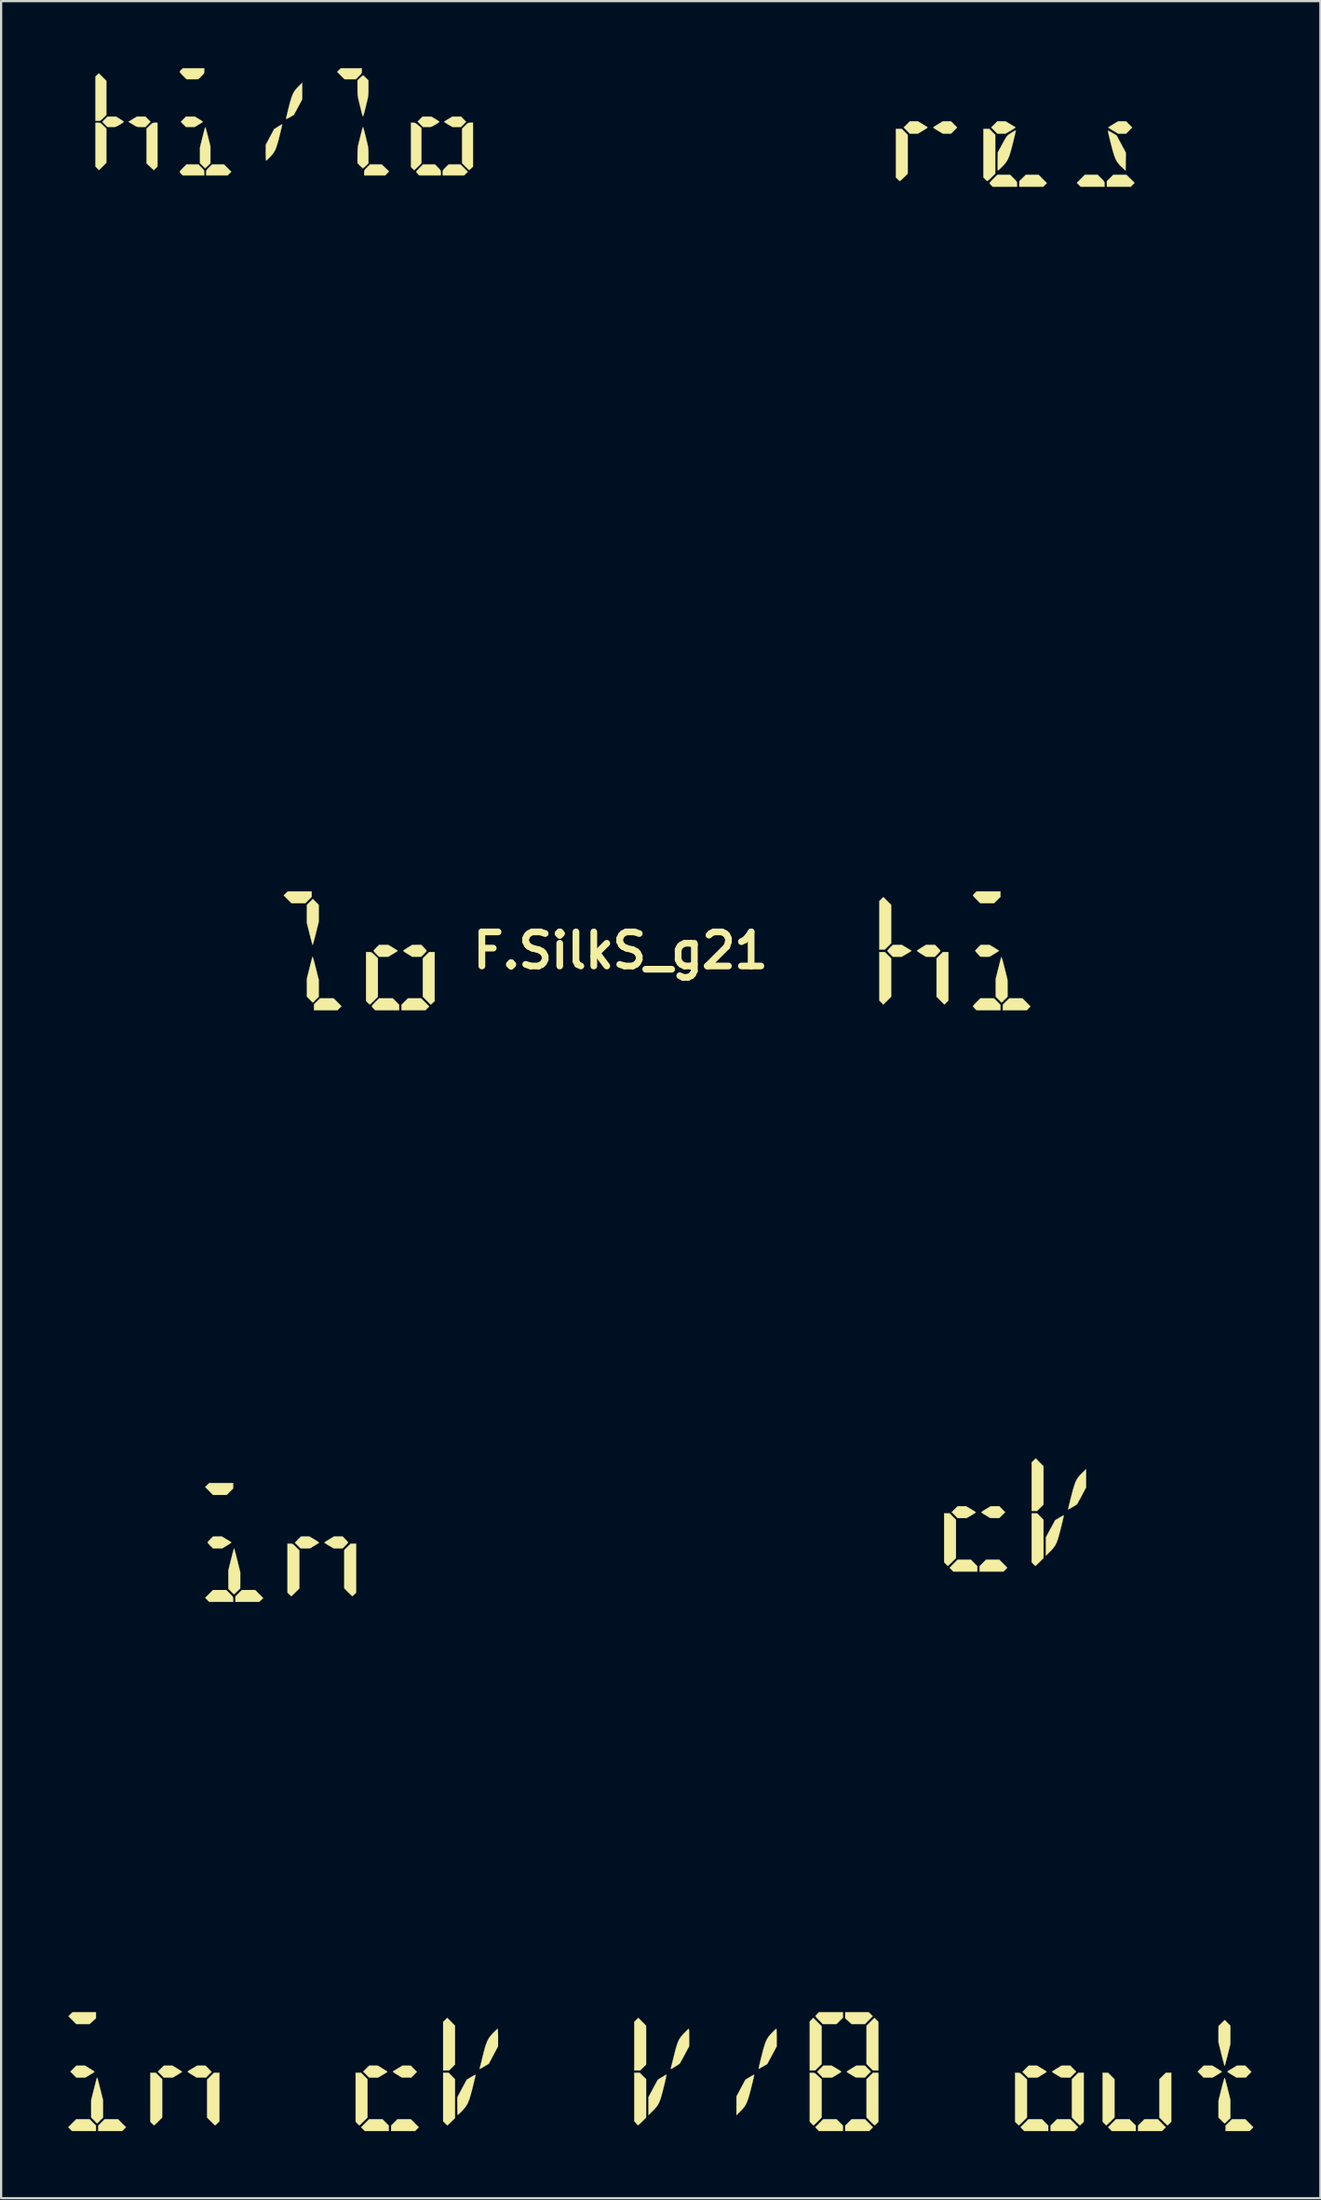
<source format=kicad_pcb>
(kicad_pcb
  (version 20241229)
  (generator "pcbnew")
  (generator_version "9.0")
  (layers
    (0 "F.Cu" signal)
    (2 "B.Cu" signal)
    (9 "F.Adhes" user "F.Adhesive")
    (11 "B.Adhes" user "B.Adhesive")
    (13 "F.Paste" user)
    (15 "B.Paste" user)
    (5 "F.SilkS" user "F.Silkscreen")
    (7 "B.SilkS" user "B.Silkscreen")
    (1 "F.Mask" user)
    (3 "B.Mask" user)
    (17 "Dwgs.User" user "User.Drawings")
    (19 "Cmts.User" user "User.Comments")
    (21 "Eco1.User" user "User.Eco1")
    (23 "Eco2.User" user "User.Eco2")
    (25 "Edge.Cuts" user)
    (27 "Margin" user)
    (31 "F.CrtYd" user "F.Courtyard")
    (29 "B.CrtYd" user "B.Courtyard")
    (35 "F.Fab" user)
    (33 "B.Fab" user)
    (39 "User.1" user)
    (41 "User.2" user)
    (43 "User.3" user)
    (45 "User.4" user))
  (footprint "F.SilkS_g21"
    (layer "F.Cu")
    (at 24.716 39.46)
    (property "Reference" "F.SilkS_g21" (at 0 0 0) (layer "F.SilkS") (effects (font (size 1.524 1.524) (thickness 0.3))))
    (attr through_hole)
    (fp_poly (pts (xy -23.474 52.547) (xy -23.474 52.79) (xy -24.545 52.79) (xy -24.711 52.62) (xy -24.532 52.44) (xy -24.353 52.261) (xy -23.758 52.261) (xy -23.474 52.547)) (stroke (width 0.01) (type solid)) (fill yes) (layer "F.SilkS"))
    (fp_poly (pts (xy -16.171 28.777) (xy -15.991 28.958) (xy -16.17 29.125) (xy -17.23 29.125) (xy -17.23 28.881) (xy -16.943 28.596) (xy -16.35 28.596) (xy -16.171 28.777)) (stroke (width 0.01) (type solid)) (fill yes) (layer "F.SilkS"))
    (fp_poly (pts (xy 14.668 2.235) (xy 14.487 2.413) (xy 14.313 2.238) (xy 14.139 2.063) (xy 14.139 0.348) (xy 14.426 0.064) (xy 14.668 0.064) (xy 14.668 2.235)) (stroke (width 0.01) (type solid)) (fill yes) (layer "F.SilkS"))
    (fp_poly (pts (xy 15.96 27.528) (xy 15.96 27.771) (xy 14.889 27.771) (xy 14.723 27.601) (xy 14.902 27.421) (xy 15.08 27.241) (xy 15.675 27.241) (xy 15.96 27.528)) (stroke (width 0.01) (type solid)) (fill yes) (layer "F.SilkS"))
    (fp_poly (pts (xy 19.135 52.547) (xy 19.135 52.79) (xy 18.064 52.79) (xy 17.898 52.62) (xy 18.077 52.44) (xy 18.255 52.261) (xy 18.85 52.261) (xy 19.135 52.547)) (stroke (width 0.01) (type solid)) (fill yes) (layer "F.SilkS"))
    (fp_poly (pts (xy 24.214 52.44) (xy 24.393 52.62) (xy 24.227 52.79) (xy 23.156 52.79) (xy 23.156 52.545) (xy 23.443 52.261) (xy 24.036 52.261) (xy 24.214 52.44)) (stroke (width 0.01) (type solid)) (fill yes) (layer "F.SilkS"))
    (fp_poly (pts (xy -23.474 47.749) (xy -23.759 48.006) (xy -24.353 48.006) (xy -24.528 47.831) (xy -24.702 47.655) (xy -24.611 47.566) (xy -24.52 47.477) (xy -23.474 47.477) (xy -23.474 47.749)) (stroke (width 0.01) (type solid)) (fill yes) (layer "F.SilkS"))
    (fp_poly (pts (xy -22.31 52.44) (xy -22.131 52.62) (xy -22.214 52.705) (xy -22.297 52.79) (xy -23.368 52.79) (xy -23.368 52.545) (xy -23.081 52.261) (xy -22.489 52.261) (xy -22.31 52.44)) (stroke (width 0.01) (type solid)) (fill yes) (layer "F.SilkS"))
    (fp_poly (pts (xy -17.335 24.057) (xy -17.479 24.199) (xy -17.622 24.342) (xy -18.236 24.342) (xy -18.41 24.166) (xy -18.585 23.991) (xy -18.403 23.812) (xy -17.335 23.812) (xy -17.335 24.057)) (stroke (width 0.01) (type solid)) (fill yes) (layer "F.SilkS"))
    (fp_poly (pts (xy -13.822 -2.401) (xy -14.109 -2.117) (xy -14.722 -2.117) (xy -14.897 -2.292) (xy -15.071 -2.467) (xy -14.98 -2.557) (xy -14.889 -2.646) (xy -13.822 -2.646) (xy -13.822 -2.401)) (stroke (width 0.01) (type solid)) (fill yes) (layer "F.SilkS"))
    (fp_poly (pts (xy -8.742 2.317) (xy -8.563 2.497) (xy -8.729 2.667) (xy -9.8 2.667) (xy -9.8 2.422) (xy -9.657 2.28) (xy -9.513 2.138) (xy -8.921 2.138) (xy -8.742 2.317)) (stroke (width 0.01) (type solid)) (fill yes) (layer "F.SilkS"))
    (fp_poly (pts (xy -7.582 47.906) (xy -7.408 48.081) (xy -7.408 49.817) (xy -7.674 50.08) (xy -7.938 50.08) (xy -7.938 47.909) (xy -7.847 47.82) (xy -7.756 47.731) (xy -7.582 47.906)) (stroke (width 0.01) (type solid)) (fill yes) (layer "F.SilkS"))
    (fp_poly (pts (xy 1.143 48.081) (xy 1.143 49.817) (xy 1.01 49.949) (xy 0.877 50.08) (xy 0.614 50.08) (xy 0.614 47.909) (xy 0.704 47.82) (xy 0.795 47.731) (xy 1.143 48.081)) (stroke (width 0.01) (type solid)) (fill yes) (layer "F.SilkS"))
    (fp_poly (pts (xy 11.191 47.566) (xy 11.282 47.655) (xy 11.108 47.831) (xy 10.934 48.006) (xy 10.339 48.006) (xy 10.054 47.749) (xy 10.054 47.477) (xy 11.1 47.477) (xy 11.191 47.566)) (stroke (width 0.01) (type solid)) (fill yes) (layer "F.SilkS"))
    (fp_poly (pts (xy 11.445 47.82) (xy 11.536 47.909) (xy 11.536 50.08) (xy 11.291 50.08) (xy 11.149 49.937) (xy 11.007 49.794) (xy 11.007 48.081) (xy 11.355 47.731) (xy 11.445 47.82)) (stroke (width 0.01) (type solid)) (fill yes) (layer "F.SilkS"))
    (fp_poly (pts (xy 17.124 27.421) (xy 17.302 27.601) (xy 17.219 27.686) (xy 17.136 27.771) (xy 16.066 27.771) (xy 16.066 27.526) (xy 16.352 27.241) (xy 16.945 27.241) (xy 17.124 27.421)) (stroke (width 0.01) (type solid)) (fill yes) (layer "F.SilkS"))
    (fp_poly (pts (xy 18.923 23.062) (xy 18.923 24.777) (xy 18.78 24.919) (xy 18.636 25.061) (xy 18.394 25.061) (xy 18.394 22.89) (xy 18.484 22.801) (xy 18.575 22.712) (xy 18.923 23.062)) (stroke (width 0.01) (type solid)) (fill yes) (layer "F.SilkS"))
    (fp_poly (pts (xy 20.299 52.44) (xy 20.477 52.62) (xy 20.394 52.705) (xy 20.311 52.79) (xy 19.241 52.79) (xy 19.241 52.545) (xy 19.527 52.261) (xy 20.12 52.261) (xy 20.299 52.44)) (stroke (width 0.01) (type solid)) (fill yes) (layer "F.SilkS"))
    (fp_poly (pts (xy -12.664 2.312) (xy -12.489 2.486) (xy -12.578 2.576) (xy -12.666 2.667) (xy -13.716 2.667) (xy -13.716 2.401) (xy -13.583 2.27) (xy -13.45 2.138) (xy -12.838 2.138) (xy -12.664 2.312)) (stroke (width 0.01) (type solid)) (fill yes) (layer "F.SilkS"))
    (fp_poly (pts (xy -10.514 52.404) (xy -10.372 52.547) (xy -10.372 52.79) (xy -11.443 52.79) (xy -11.526 52.705) (xy -11.608 52.62) (xy -11.43 52.44) (xy -11.251 52.261) (xy -10.656 52.261) (xy -10.514 52.404)) (stroke (width 0.01) (type solid)) (fill yes) (layer "F.SilkS"))
    (fp_poly (pts (xy -9.208 52.44) (xy -9.029 52.62) (xy -9.112 52.705) (xy -9.195 52.79) (xy -10.266 52.79) (xy -10.266 52.545) (xy -10.122 52.403) (xy -9.979 52.261) (xy -9.386 52.261) (xy -9.208 52.44)) (stroke (width 0.01) (type solid)) (fill yes) (layer "F.SilkS"))
    (fp_poly (pts (xy 8.81 47.915) (xy 8.996 48.1) (xy 8.996 49.796) (xy 8.852 49.938) (xy 8.709 50.08) (xy 8.467 50.08) (xy 8.467 47.891) (xy 8.545 47.811) (xy 8.624 47.73) (xy 8.81 47.915)) (stroke (width 0.01) (type solid)) (fill yes) (layer "F.SilkS"))
    (fp_poly (pts (xy 9.806 52.404) (xy 9.948 52.547) (xy 9.948 52.79) (xy 8.877 52.79) (xy 8.794 52.705) (xy 8.712 52.62) (xy 8.89 52.44) (xy 9.069 52.261) (xy 9.664 52.261) (xy 9.806 52.404)) (stroke (width 0.01) (type solid)) (fill yes) (layer "F.SilkS"))
    (fp_poly (pts (xy 11.112 52.44) (xy 11.291 52.62) (xy 11.208 52.705) (xy 11.125 52.79) (xy 10.054 52.79) (xy 10.054 52.545) (xy 10.198 52.403) (xy 10.341 52.261) (xy 10.934 52.261) (xy 11.112 52.44)) (stroke (width 0.01) (type solid)) (fill yes) (layer "F.SilkS"))
    (fp_poly (pts (xy 11.933 -2.217) (xy 12.107 -2.042) (xy 12.107 -0.327) (xy 11.964 -0.185) (xy 11.821 -0.042) (xy 11.578 -0.042) (xy 11.578 -2.214) (xy 11.669 -2.303) (xy 11.759 -2.392) (xy 11.933 -2.217)) (stroke (width 0.01) (type solid)) (fill yes) (layer "F.SilkS"))
    (fp_poly (pts (xy 11.965 0.207) (xy 12.107 0.35) (xy 12.107 2.065) (xy 11.932 2.239) (xy 11.757 2.413) (xy 11.667 2.322) (xy 11.578 2.231) (xy 11.578 0.064) (xy 11.823 0.064) (xy 11.965 0.207)) (stroke (width 0.01) (type solid)) (fill yes) (layer "F.SilkS"))
    (fp_poly (pts (xy 18.161 2.317) (xy 18.339 2.497) (xy 18.257 2.582) (xy 18.174 2.667) (xy 17.103 2.667) (xy 17.103 2.422) (xy 17.246 2.28) (xy 17.389 2.138) (xy 17.982 2.138) (xy 18.161 2.317)) (stroke (width 0.01) (type solid)) (fill yes) (layer "F.SilkS"))
    (fp_poly (pts (xy 18.887 -34.506) (xy 19.072 -34.32) (xy 18.991 -34.242) (xy 18.911 -34.163) (xy 17.843 -34.163) (xy 17.843 -34.408) (xy 17.987 -34.55) (xy 18.13 -34.692) (xy 18.702 -34.692) (xy 18.887 -34.506)) (stroke (width 0.01) (type solid)) (fill yes) (layer "F.SilkS"))
    (fp_poly (pts (xy 22.815 -34.513) (xy 22.997 -34.334) (xy 22.914 -34.249) (xy 22.83 -34.163) (xy 21.759 -34.163) (xy 21.759 -34.408) (xy 21.903 -34.55) (xy 22.046 -34.692) (xy 22.633 -34.692) (xy 22.815 -34.513)) (stroke (width 0.01) (type solid)) (fill yes) (layer "F.SilkS"))
    (fp_poly (pts (xy 22.908 52.404) (xy 23.05 52.547) (xy 23.05 52.79) (xy 21.98 52.79) (xy 21.897 52.705) (xy 21.814 52.62) (xy 21.992 52.44) (xy 22.171 52.261) (xy 22.766 52.261) (xy 22.908 52.404)) (stroke (width 0.01) (type solid)) (fill yes) (layer "F.SilkS"))
    (fp_poly (pts (xy 28.13 52.44) (xy 28.309 52.62) (xy 28.226 52.705) (xy 28.143 52.79) (xy 27.072 52.79) (xy 27.072 52.545) (xy 27.216 52.403) (xy 27.359 52.261) (xy 27.952 52.261) (xy 28.13 52.44)) (stroke (width 0.01) (type solid)) (fill yes) (layer "F.SilkS"))
    (fp_poly (pts (xy -23.008 -38.895) (xy -23.008 -37.369) (xy -23.141 -37.237) (xy -23.206 -37.174) (xy -23.252 -37.135) (xy -23.291 -37.114) (xy -23.332 -37.106) (xy -23.384 -37.105) (xy -23.495 -37.105) (xy -23.495 -39.087) (xy -23.421 -39.159) (xy -23.346 -39.231) (xy -23.008 -38.895)) (stroke (width 0.01) (type solid)) (fill yes) (layer "F.SilkS"))
    (fp_poly (pts (xy -11.578 -39.343) (xy -11.58 -39.288) (xy -11.588 -39.247) (xy -11.608 -39.209) (xy -11.648 -39.163) (xy -11.711 -39.1) (xy -11.844 -38.968) (xy -12.352 -38.968) (xy -12.679 -39.297) (xy -12.599 -39.376) (xy -12.518 -39.455) (xy -11.578 -39.455) (xy -11.578 -39.343)) (stroke (width 0.01) (type solid)) (fill yes) (layer "F.SilkS"))
    (fp_poly (pts (xy -7 -34.993) (xy -6.836 -34.828) (xy -6.997 -34.671) (xy -7.959 -34.671) (xy -7.959 -34.783) (xy -7.957 -34.838) (xy -7.949 -34.879) (xy -7.928 -34.916) (xy -7.889 -34.962) (xy -7.826 -35.026) (xy -7.693 -35.158) (xy -7.164 -35.158) (xy -7 -34.993)) (stroke (width 0.01) (type solid)) (fill yes) (layer "F.SilkS"))
    (fp_poly (pts (xy -23.328 -37.019) (xy -23.287 -37.011) (xy -23.25 -36.99) (xy -23.204 -36.951) (xy -23.14 -36.888) (xy -23.008 -36.755) (xy -23.008 -35.231) (xy -23.173 -35.067) (xy -23.338 -34.903) (xy -23.416 -34.984) (xy -23.495 -35.064) (xy -23.495 -37.02) (xy -23.383 -37.02) (xy -23.328 -37.019)) (stroke (width 0.01) (type solid)) (fill yes) (layer "F.SilkS"))
    (fp_poly (pts (xy -20.722 -35.061) (xy -20.804 -34.981) (xy -20.885 -34.902) (xy -21.047 -35.053) (xy -21.209 -35.204) (xy -21.209 -36.757) (xy -21.076 -36.889) (xy -21.011 -36.952) (xy -20.965 -36.991) (xy -20.927 -37.011) (xy -20.885 -37.019) (xy -20.833 -37.02) (xy -20.722 -37.02) (xy -20.722 -35.061)) (stroke (width 0.01) (type solid)) (fill yes) (layer "F.SilkS"))
    (fp_poly (pts (xy -17.583 -34.993) (xy -17.42 -34.828) (xy -17.5 -34.75) (xy -17.581 -34.671) (xy -18.542 -34.671) (xy -18.542 -34.783) (xy -18.541 -34.838) (xy -18.533 -34.879) (xy -18.512 -34.916) (xy -18.473 -34.962) (xy -18.409 -35.026) (xy -18.276 -35.158) (xy -17.747 -35.158) (xy -17.583 -34.993)) (stroke (width 0.01) (type solid)) (fill yes) (layer "F.SilkS"))
    (fp_poly (pts (xy -10.525 -35.001) (xy -10.361 -34.843) (xy -10.445 -34.757) (xy -10.528 -34.671) (xy -11.472 -34.671) (xy -11.472 -34.783) (xy -11.471 -34.838) (xy -11.463 -34.879) (xy -11.442 -34.916) (xy -11.403 -34.962) (xy -11.339 -35.026) (xy -11.207 -35.158) (xy -10.688 -35.158) (xy -10.525 -35.001)) (stroke (width 0.01) (type solid)) (fill yes) (layer "F.SilkS"))
    (fp_poly (pts (xy -8.319 2.256) (xy -8.399 2.335) (xy -8.445 2.379) (xy -8.479 2.407) (xy -8.489 2.413) (xy -8.507 2.399) (xy -8.549 2.361) (xy -8.607 2.304) (xy -8.674 2.238) (xy -8.848 2.063) (xy -8.848 0.348) (xy -8.561 0.064) (xy -8.319 0.064) (xy -8.319 2.256)) (stroke (width 0.01) (type solid)) (fill yes) (layer "F.SilkS"))
    (fp_poly (pts (xy -7.408 50.473) (xy -7.408 52.209) (xy -7.573 52.372) (xy -7.64 52.438) (xy -7.696 52.491) (xy -7.735 52.526) (xy -7.748 52.536) (xy -7.768 52.522) (xy -7.807 52.486) (xy -7.848 52.445) (xy -7.938 52.354) (xy -7.938 50.186) (xy -7.693 50.186) (xy -7.408 50.473)) (stroke (width 0.01) (type solid)) (fill yes) (layer "F.SilkS"))
    (fp_poly (pts (xy 12.848 -36.48) (xy 12.848 -34.744) (xy 12.684 -34.581) (xy 12.615 -34.514) (xy 12.556 -34.461) (xy 12.514 -34.427) (xy 12.497 -34.417) (xy 12.471 -34.431) (xy 12.428 -34.467) (xy 12.397 -34.497) (xy 12.319 -34.578) (xy 12.319 -36.745) (xy 12.585 -36.745) (xy 12.848 -36.48)) (stroke (width 0.01) (type solid)) (fill yes) (layer "F.SilkS"))
    (fp_poly (pts (xy 15.007 25.454) (xy 15.007 27.168) (xy 14.832 27.343) (xy 14.763 27.411) (xy 14.704 27.467) (xy 14.663 27.504) (xy 14.646 27.517) (xy 14.626 27.503) (xy 14.587 27.467) (xy 14.556 27.436) (xy 14.478 27.356) (xy 14.478 25.167) (xy 14.723 25.167) (xy 15.007 25.454)) (stroke (width 0.01) (type solid)) (fill yes) (layer "F.SilkS"))
    (fp_poly (pts (xy 20.722 52.379) (xy 20.642 52.457) (xy 20.595 52.501) (xy 20.562 52.53) (xy 20.551 52.536) (xy 20.533 52.522) (xy 20.492 52.483) (xy 20.433 52.426) (xy 20.367 52.361) (xy 20.193 52.186) (xy 20.193 50.471) (xy 20.48 50.186) (xy 20.722 50.186) (xy 20.722 52.379)) (stroke (width 0.01) (type solid)) (fill yes) (layer "F.SilkS"))
    (fp_poly (pts (xy 24.638 52.379) (xy 24.558 52.457) (xy 24.511 52.501) (xy 24.477 52.53) (xy 24.467 52.536) (xy 24.449 52.522) (xy 24.408 52.483) (xy 24.349 52.426) (xy 24.283 52.361) (xy 24.109 52.186) (xy 24.109 50.471) (xy 24.396 50.186) (xy 24.638 50.186) (xy 24.638 52.379)) (stroke (width 0.01) (type solid)) (fill yes) (layer "F.SilkS"))
    (fp_poly (pts (xy -20.653 50.33) (xy -20.511 50.473) (xy -20.511 52.187) (xy -20.686 52.362) (xy -20.755 52.43) (xy -20.814 52.486) (xy -20.855 52.523) (xy -20.872 52.536) (xy -20.892 52.522) (xy -20.93 52.486) (xy -20.961 52.455) (xy -21.04 52.375) (xy -21.04 50.186) (xy -20.795 50.186) (xy -20.653 50.33)) (stroke (width 0.01) (type solid)) (fill yes) (layer "F.SilkS"))
    (fp_poly (pts (xy -17.949 52.354) (xy -18.038 52.445) (xy -18.088 52.493) (xy -18.125 52.526) (xy -18.139 52.536) (xy -18.158 52.522) (xy -18.2 52.483) (xy -18.259 52.426) (xy -18.326 52.361) (xy -18.5 52.186) (xy -18.5 50.492) (xy -18.346 50.339) (xy -18.192 50.186) (xy -17.949 50.186) (xy -17.949 52.354)) (stroke (width 0.01) (type solid)) (fill yes) (layer "F.SilkS"))
    (fp_poly (pts (xy -17.489 28.749) (xy -17.42 28.819) (xy -17.376 28.868) (xy -17.35 28.906) (xy -17.339 28.943) (xy -17.336 28.987) (xy -17.335 29.014) (xy -17.335 29.125) (xy -18.406 29.125) (xy -18.495 29.035) (xy -18.584 28.944) (xy -18.409 28.77) (xy -18.234 28.596) (xy -17.643 28.596) (xy -17.489 28.749)) (stroke (width 0.01) (type solid)) (fill yes) (layer "F.SilkS"))
    (fp_poly (pts (xy -11.832 28.715) (xy -11.912 28.793) (xy -11.959 28.837) (xy -11.993 28.865) (xy -12.003 28.871) (xy -12.021 28.857) (xy -12.062 28.819) (xy -12.121 28.762) (xy -12.187 28.696) (xy -12.361 28.521) (xy -12.361 26.806) (xy -12.218 26.664) (xy -12.075 26.522) (xy -11.832 26.522) (xy -11.832 28.715)) (stroke (width 0.01) (type solid)) (fill yes) (layer "F.SilkS"))
    (fp_poly (pts (xy -11.466 50.33) (xy -11.324 50.473) (xy -11.324 52.187) (xy -11.499 52.362) (xy -11.569 52.43) (xy -11.627 52.486) (xy -11.668 52.523) (xy -11.685 52.536) (xy -11.705 52.522) (xy -11.744 52.486) (xy -11.775 52.455) (xy -11.853 52.375) (xy -11.853 50.186) (xy -11.609 50.186) (xy -11.466 50.33)) (stroke (width 0.01) (type solid)) (fill yes) (layer "F.SilkS"))
    (fp_poly (pts (xy -10.048 2.281) (xy -9.906 2.425) (xy -9.906 2.667) (xy -10.977 2.667) (xy -11.055 2.587) (xy -11.099 2.538) (xy -11.128 2.499) (xy -11.134 2.486) (xy -11.119 2.463) (xy -11.081 2.418) (xy -11.025 2.358) (xy -10.969 2.301) (xy -10.805 2.138) (xy -10.191 2.138) (xy -10.048 2.281)) (stroke (width 0.01) (type solid)) (fill yes) (layer "F.SilkS"))
    (fp_poly (pts (xy 1.001 50.33) (xy 1.143 50.473) (xy 1.143 52.187) (xy 0.968 52.362) (xy 0.898 52.43) (xy 0.84 52.485) (xy 0.8 52.522) (xy 0.783 52.534) (xy 0.764 52.518) (xy 0.727 52.479) (xy 0.693 52.441) (xy 0.614 52.351) (xy 0.614 50.186) (xy 0.858 50.186) (xy 1.001 50.33)) (stroke (width 0.01) (type solid)) (fill yes) (layer "F.SilkS"))
    (fp_poly (pts (xy 9.948 47.721) (xy 9.805 47.864) (xy 9.662 48.006) (xy 9.048 48.006) (xy 8.884 47.841) (xy 8.818 47.773) (xy 8.765 47.714) (xy 8.73 47.672) (xy 8.721 47.655) (xy 8.735 47.629) (xy 8.771 47.586) (xy 8.801 47.555) (xy 8.881 47.477) (xy 9.948 47.477) (xy 9.948 47.721)) (stroke (width 0.01) (type solid)) (fill yes) (layer "F.SilkS"))
    (fp_poly (pts (xy 11.197 50.134) (xy 10.931 50.398) (xy 10.53 50.397) (xy 10.324 50.276) (xy 10.242 50.226) (xy 10.176 50.184) (xy 10.132 50.153) (xy 10.118 50.14) (xy 10.135 50.124) (xy 10.181 50.091) (xy 10.25 50.047) (xy 10.33 49.997) (xy 10.543 49.869) (xy 10.934 49.869) (xy 11.197 50.134)) (stroke (width 0.01) (type solid)) (fill yes) (layer "F.SilkS"))
    (fp_poly (pts (xy 11.536 52.379) (xy 11.456 52.457) (xy 11.409 52.501) (xy 11.375 52.53) (xy 11.365 52.536) (xy 11.347 52.522) (xy 11.306 52.483) (xy 11.247 52.426) (xy 11.181 52.361) (xy 11.007 52.186) (xy 11.007 50.471) (xy 11.15 50.328) (xy 11.293 50.186) (xy 11.536 50.186) (xy 11.536 52.379)) (stroke (width 0.01) (type solid)) (fill yes) (layer "F.SilkS"))
    (fp_poly (pts (xy 16.632 -36.612) (xy 16.764 -36.48) (xy 16.764 -34.744) (xy 16.599 -34.581) (xy 16.531 -34.514) (xy 16.472 -34.461) (xy 16.43 -34.427) (xy 16.413 -34.417) (xy 16.387 -34.431) (xy 16.344 -34.467) (xy 16.313 -34.497) (xy 16.235 -34.578) (xy 16.235 -36.745) (xy 16.501 -36.745) (xy 16.632 -36.612)) (stroke (width 0.01) (type solid)) (fill yes) (layer "F.SilkS"))
    (fp_poly (pts (xy 16.855 2.281) (xy 16.997 2.425) (xy 16.997 2.667) (xy 15.926 2.667) (xy 15.848 2.587) (xy 15.803 2.538) (xy 15.775 2.499) (xy 15.769 2.486) (xy 15.783 2.463) (xy 15.822 2.418) (xy 15.878 2.358) (xy 15.934 2.301) (xy 16.098 2.138) (xy 16.712 2.138) (xy 16.855 2.281)) (stroke (width 0.01) (type solid)) (fill yes) (layer "F.SilkS"))
    (fp_poly (pts (xy 16.997 -2.401) (xy 16.853 -2.259) (xy 16.71 -2.117) (xy 16.096 -2.117) (xy 15.933 -2.281) (xy 15.866 -2.35) (xy 15.813 -2.408) (xy 15.779 -2.45) (xy 15.769 -2.467) (xy 15.783 -2.493) (xy 15.819 -2.536) (xy 15.849 -2.567) (xy 15.93 -2.646) (xy 16.997 -2.646) (xy 16.997 -2.401)) (stroke (width 0.01) (type solid)) (fill yes) (layer "F.SilkS"))
    (fp_poly (pts (xy 18.781 25.311) (xy 18.923 25.454) (xy 18.923 27.168) (xy 18.748 27.343) (xy 18.678 27.411) (xy 18.62 27.467) (xy 18.579 27.504) (xy 18.562 27.517) (xy 18.542 27.503) (xy 18.503 27.467) (xy 18.472 27.436) (xy 18.394 27.356) (xy 18.394 25.167) (xy 18.638 25.167) (xy 18.781 25.311)) (stroke (width 0.01) (type solid)) (fill yes) (layer "F.SilkS"))
    (fp_poly (pts (xy 21.5 -34.539) (xy 21.569 -34.47) (xy 21.613 -34.42) (xy 21.639 -34.382) (xy 21.65 -34.346) (xy 21.653 -34.301) (xy 21.654 -34.275) (xy 21.654 -34.163) (xy 20.583 -34.163) (xy 20.5 -34.248) (xy 20.417 -34.333) (xy 20.595 -34.513) (xy 20.774 -34.692) (xy 21.346 -34.692) (xy 21.5 -34.539)) (stroke (width 0.01) (type solid)) (fill yes) (layer "F.SilkS"))
    (fp_poly (pts (xy 21.956 50.33) (xy 22.098 50.473) (xy 22.098 52.187) (xy 21.923 52.362) (xy 21.853 52.43) (xy 21.795 52.486) (xy 21.754 52.523) (xy 21.737 52.536) (xy 21.717 52.522) (xy 21.678 52.486) (xy 21.647 52.455) (xy 21.569 52.375) (xy 21.569 50.186) (xy 21.813 50.186) (xy 21.956 50.33)) (stroke (width 0.01) (type solid)) (fill yes) (layer "F.SilkS"))
    (fp_poly (pts (xy 17.209 25.115) (xy 16.943 25.379) (xy 16.742 25.378) (xy 16.542 25.377) (xy 16.354 25.263) (xy 16.274 25.214) (xy 16.207 25.171) (xy 16.161 25.141) (xy 16.147 25.13) (xy 16.155 25.11) (xy 16.198 25.074) (xy 16.274 25.023) (xy 16.346 24.98) (xy 16.566 24.85) (xy 16.945 24.85) (xy 17.209 25.115)) (stroke (width 0.01) (type solid)) (fill yes) (layer "F.SilkS"))
    (fp_poly (pts (xy 20.384 50.134) (xy 20.118 50.398) (xy 19.917 50.398) (xy 19.717 50.397) (xy 19.511 50.276) (xy 19.429 50.226) (xy 19.362 50.184) (xy 19.318 50.154) (xy 19.304 50.141) (xy 19.321 50.126) (xy 19.367 50.093) (xy 19.435 50.049) (xy 19.516 49.998) (xy 19.728 49.869) (xy 20.12 49.869) (xy 20.384 50.134)) (stroke (width 0.01) (type solid)) (fill yes) (layer "F.SilkS"))
    (fp_poly (pts (xy -23.75 49.997) (xy -23.667 50.049) (xy -23.599 50.093) (xy -23.554 50.125) (xy -23.538 50.14) (xy -23.555 50.156) (xy -23.602 50.188) (xy -23.671 50.231) (xy -23.746 50.276) (xy -23.953 50.398) (xy -24.353 50.398) (xy -24.485 50.265) (xy -24.617 50.132) (xy -24.484 50) (xy -24.351 49.869) (xy -23.963 49.869) (xy -23.75 49.997)) (stroke (width 0.01) (type solid)) (fill yes) (layer "F.SilkS"))
    (fp_poly (pts (xy -19.834 49.997) (xy -19.751 50.049) (xy -19.683 50.093) (xy -19.638 50.125) (xy -19.622 50.14) (xy -19.639 50.156) (xy -19.686 50.188) (xy -19.755 50.231) (xy -19.83 50.276) (xy -20.037 50.398) (xy -20.438 50.398) (xy -20.569 50.265) (xy -20.701 50.132) (xy -20.568 50) (xy -20.435 49.869) (xy -20.047 49.869) (xy -19.834 49.997)) (stroke (width 0.01) (type solid)) (fill yes) (layer "F.SilkS"))
    (fp_poly (pts (xy -18.872 -37.187) (xy -18.795 -37.14) (xy -18.735 -37.1) (xy -18.698 -37.073) (xy -18.69 -37.065) (xy -18.707 -37.049) (xy -18.753 -37.017) (xy -18.821 -36.974) (xy -18.877 -36.94) (xy -19.063 -36.83) (xy -19.443 -36.83) (xy -19.558 -36.946) (xy -19.673 -37.063) (xy -19.558 -37.179) (xy -19.443 -37.296) (xy -19.053 -37.296) (xy -18.872 -37.187)) (stroke (width 0.01) (type solid)) (fill yes) (layer "F.SilkS"))
    (fp_poly (pts (xy -13.702 26.334) (xy -13.618 26.385) (xy -13.551 26.429) (xy -13.507 26.462) (xy -13.493 26.479) (xy -13.493 26.479) (xy -13.515 26.496) (xy -13.564 26.529) (xy -13.635 26.573) (xy -13.703 26.614) (xy -13.903 26.733) (xy -14.321 26.733) (xy -14.572 26.479) (xy -14.436 26.342) (xy -14.299 26.204) (xy -13.92 26.204) (xy -13.702 26.334)) (stroke (width 0.01) (type solid)) (fill yes) (layer "F.SilkS"))
    (fp_poly (pts (xy -10.648 49.997) (xy -10.565 50.049) (xy -10.497 50.093) (xy -10.451 50.125) (xy -10.436 50.14) (xy -10.453 50.156) (xy -10.5 50.188) (xy -10.568 50.231) (xy -10.644 50.276) (xy -10.851 50.398) (xy -11.251 50.398) (xy -11.383 50.265) (xy -11.515 50.132) (xy -11.382 50) (xy -11.249 49.869) (xy -10.86 49.869) (xy -10.648 49.997)) (stroke (width 0.01) (type solid)) (fill yes) (layer "F.SilkS"))
    (fp_poly (pts (xy 14.922 -36.946) (xy 15.059 -36.809) (xy 14.922 -36.671) (xy 14.786 -36.534) (xy 14.423 -36.534) (xy 14.207 -36.661) (xy 14.123 -36.712) (xy 14.054 -36.757) (xy 14.008 -36.79) (xy 13.991 -36.807) (xy 14.008 -36.824) (xy 14.055 -36.858) (xy 14.124 -36.903) (xy 14.207 -36.954) (xy 14.423 -37.084) (xy 14.786 -37.084) (xy 14.922 -36.946)) (stroke (width 0.01) (type solid)) (fill yes) (layer "F.SilkS"))
    (fp_poly (pts (xy 26.69 49.997) (xy 26.773 50.049) (xy 26.841 50.093) (xy 26.887 50.125) (xy 26.902 50.14) (xy 26.885 50.156) (xy 26.838 50.188) (xy 26.77 50.231) (xy 26.694 50.276) (xy 26.487 50.398) (xy 26.087 50.398) (xy 25.955 50.265) (xy 25.823 50.132) (xy 25.956 50) (xy 26.089 49.869) (xy 26.478 49.869) (xy 26.69 49.997)) (stroke (width 0.01) (type solid)) (fill yes) (layer "F.SilkS"))
    (fp_poly (pts (xy -7.027 -37.179) (xy -6.912 -37.063) (xy -7.027 -36.946) (xy -7.142 -36.83) (xy -7.334 -36.831) (xy -7.525 -36.832) (xy -7.709 -36.942) (xy -7.787 -36.989) (xy -7.848 -37.028) (xy -7.886 -37.055) (xy -7.894 -37.063) (xy -7.877 -37.077) (xy -7.832 -37.108) (xy -7.765 -37.151) (xy -7.709 -37.185) (xy -7.523 -37.296) (xy -7.142 -37.296) (xy -7.027 -37.179)) (stroke (width 0.01) (type solid)) (fill yes) (layer "F.SilkS"))
    (fp_poly (pts (xy 9.666 49.998) (xy 9.75 50.049) (xy 9.817 50.093) (xy 9.861 50.126) (xy 9.875 50.143) (xy 9.875 50.143) (xy 9.853 50.16) (xy 9.804 50.193) (xy 9.733 50.237) (xy 9.665 50.278) (xy 9.465 50.398) (xy 9.047 50.398) (xy 8.922 50.271) (xy 8.796 50.144) (xy 8.932 50.006) (xy 9.069 49.869) (xy 9.448 49.869) (xy 9.666 49.998)) (stroke (width 0.01) (type solid)) (fill yes) (layer "F.SilkS"))
    (fp_poly (pts (xy 15.678 24.979) (xy 15.762 25.03) (xy 15.832 25.074) (xy 15.878 25.106) (xy 15.896 25.122) (xy 15.896 25.122) (xy 15.878 25.137) (xy 15.832 25.169) (xy 15.763 25.212) (xy 15.688 25.257) (xy 15.48 25.379) (xy 15.08 25.379) (xy 14.948 25.246) (xy 14.817 25.113) (xy 14.95 24.981) (xy 15.082 24.85) (xy 15.459 24.85) (xy 15.678 24.979)) (stroke (width 0.01) (type solid)) (fill yes) (layer "F.SilkS"))
    (fp_poly (pts (xy 18.853 49.998) (xy 18.936 50.049) (xy 19.003 50.093) (xy 19.047 50.126) (xy 19.061 50.143) (xy 19.061 50.143) (xy 19.04 50.16) (xy 18.99 50.193) (xy 18.919 50.237) (xy 18.851 50.278) (xy 18.651 50.398) (xy 18.234 50.398) (xy 18.108 50.271) (xy 17.982 50.144) (xy 18.119 50.006) (xy 18.255 49.869) (xy 18.634 49.869) (xy 18.853 49.998)) (stroke (width 0.01) (type solid)) (fill yes) (layer "F.SilkS"))
    (fp_poly (pts (xy -21.145 -37.179) (xy -21.031 -37.063) (xy -21.145 -36.946) (xy -21.26 -36.83) (xy -21.452 -36.832) (xy -21.546 -36.834) (xy -21.611 -36.84) (xy -21.662 -36.853) (xy -21.712 -36.877) (xy -21.759 -36.906) (xy -21.834 -36.953) (xy -21.907 -36.997) (xy -21.948 -37.022) (xy -22.02 -37.065) (xy -21.831 -37.18) (xy -21.643 -37.294) (xy -21.452 -37.295) (xy -21.26 -37.296) (xy -21.145 -37.179)) (stroke (width 0.01) (type solid)) (fill yes) (layer "F.SilkS"))
    (fp_poly (pts (xy -18.758 -35.025) (xy -18.695 -34.96) (xy -18.656 -34.914) (xy -18.636 -34.875) (xy -18.628 -34.834) (xy -18.627 -34.782) (xy -18.627 -34.671) (xy -19.592 -34.671) (xy -19.66 -34.741) (xy -19.7 -34.787) (xy -19.724 -34.822) (xy -19.727 -34.83) (xy -19.713 -34.853) (xy -19.675 -34.897) (xy -19.62 -34.957) (xy -19.574 -35.004) (xy -19.421 -35.158) (xy -18.89 -35.158) (xy -18.758 -35.025)) (stroke (width 0.01) (type solid)) (fill yes) (layer "F.SilkS"))
    (fp_poly (pts (xy -18.627 -39.343) (xy -18.628 -39.288) (xy -18.636 -39.247) (xy -18.657 -39.209) (xy -18.696 -39.163) (xy -18.76 -39.1) (xy -18.892 -38.968) (xy -19.421 -38.968) (xy -19.574 -39.122) (xy -19.638 -39.188) (xy -19.689 -39.245) (xy -19.72 -39.284) (xy -19.727 -39.298) (xy -19.713 -39.324) (xy -19.678 -39.367) (xy -19.658 -39.387) (xy -19.588 -39.455) (xy -18.627 -39.455) (xy -18.627 -39.343)) (stroke (width 0.01) (type solid)) (fill yes) (layer "F.SilkS"))
    (fp_poly (pts (xy -9.227 -37.018) (xy -9.184 -37.006) (xy -9.139 -36.979) (xy -9.079 -36.931) (xy -9.046 -36.902) (xy -8.911 -36.784) (xy -8.911 -35.212) (xy -9.064 -35.058) (xy -9.129 -34.994) (xy -9.183 -34.943) (xy -9.219 -34.911) (xy -9.229 -34.904) (xy -9.25 -34.918) (xy -9.288 -34.953) (xy -9.309 -34.974) (xy -9.377 -35.043) (xy -9.377 -37.02) (xy -9.279 -37.02) (xy -9.227 -37.018)) (stroke (width 0.01) (type solid)) (fill yes) (layer "F.SilkS"))
    (fp_poly (pts (xy -8.175 -35.025) (xy -8.112 -34.96) (xy -8.073 -34.914) (xy -8.053 -34.875) (xy -8.045 -34.834) (xy -8.043 -34.782) (xy -8.043 -34.671) (xy -9.009 -34.671) (xy -9.076 -34.741) (xy -9.117 -34.787) (xy -9.141 -34.822) (xy -9.144 -34.83) (xy -9.13 -34.853) (xy -9.092 -34.897) (xy -9.036 -34.957) (xy -8.991 -35.004) (xy -8.838 -35.158) (xy -8.307 -35.158) (xy -8.175 -35.025)) (stroke (width 0.01) (type solid)) (fill yes) (layer "F.SilkS"))
    (fp_poly (pts (xy -6.604 -35.061) (xy -6.684 -34.982) (xy -6.731 -34.938) (xy -6.765 -34.91) (xy -6.775 -34.904) (xy -6.793 -34.918) (xy -6.834 -34.956) (xy -6.891 -35.011) (xy -6.938 -35.058) (xy -7.091 -35.212) (xy -7.091 -36.757) (xy -6.958 -36.889) (xy -6.893 -36.952) (xy -6.847 -36.991) (xy -6.808 -37.011) (xy -6.767 -37.019) (xy -6.715 -37.02) (xy -6.604 -37.02) (xy -6.604 -35.061)) (stroke (width 0.01) (type solid)) (fill yes) (layer "F.SilkS"))
    (fp_poly (pts (xy 13.519 -36.955) (xy 13.603 -36.903) (xy 13.673 -36.859) (xy 13.72 -36.826) (xy 13.737 -36.809) (xy 13.737 -36.809) (xy 13.72 -36.792) (xy 13.673 -36.759) (xy 13.604 -36.715) (xy 13.52 -36.663) (xy 13.519 -36.663) (xy 13.3 -36.534) (xy 12.942 -36.534) (xy 12.806 -36.671) (xy 12.669 -36.809) (xy 12.806 -36.946) (xy 12.942 -37.084) (xy 13.3 -37.084) (xy 13.519 -36.955)) (stroke (width 0.01) (type solid)) (fill yes) (layer "F.SilkS"))
    (fp_poly (pts (xy 17.447 -36.952) (xy 17.533 -36.901) (xy 17.604 -36.857) (xy 17.653 -36.825) (xy 17.673 -36.809) (xy 17.673 -36.809) (xy 17.656 -36.795) (xy 17.609 -36.764) (xy 17.54 -36.72) (xy 17.455 -36.669) (xy 17.45 -36.666) (xy 17.226 -36.534) (xy 16.858 -36.534) (xy 16.722 -36.671) (xy 16.585 -36.809) (xy 16.722 -36.946) (xy 16.858 -37.084) (xy 17.22 -37.084) (xy 17.447 -36.952)) (stroke (width 0.01) (type solid)) (fill yes) (layer "F.SilkS"))
    (fp_poly (pts (xy -18.436 50.006) (xy -18.3 50.144) (xy -18.426 50.271) (xy -18.551 50.398) (xy -18.764 50.396) (xy -18.976 50.395) (xy -19.184 50.267) (xy -19.272 50.212) (xy -19.329 50.173) (xy -19.359 50.147) (xy -19.367 50.13) (xy -19.357 50.116) (xy -19.353 50.113) (xy -19.319 50.092) (xy -19.258 50.055) (xy -19.181 50.008) (xy -19.132 49.978) (xy -18.949 49.869) (xy -18.573 49.869) (xy -18.436 50.006)) (stroke (width 0.01) (type solid)) (fill yes) (layer "F.SilkS"))
    (fp_poly (pts (xy -14.74 26.523) (xy -14.701 26.53) (xy -14.664 26.548) (xy -14.62 26.583) (xy -14.561 26.641) (xy -14.526 26.675) (xy -14.372 26.828) (xy -14.372 28.523) (xy -14.547 28.697) (xy -14.617 28.766) (xy -14.675 28.821) (xy -14.716 28.858) (xy -14.733 28.871) (xy -14.753 28.857) (xy -14.792 28.822) (xy -14.823 28.791) (xy -14.901 28.711) (xy -14.901 26.522) (xy -14.791 26.522) (xy -14.74 26.523)) (stroke (width 0.01) (type solid)) (fill yes) (layer "F.SilkS"))
    (fp_poly (pts (xy -13.504 -2.041) (xy -13.504 -1.291) (xy -13.634 -0.772) (xy -13.67 -0.631) (xy -13.703 -0.505) (xy -13.732 -0.398) (xy -13.755 -0.317) (xy -13.771 -0.268) (xy -13.777 -0.254) (xy -13.786 -0.274) (xy -13.803 -0.329) (xy -13.827 -0.414) (xy -13.856 -0.523) (xy -13.889 -0.651) (xy -13.913 -0.746) (xy -14.035 -1.238) (xy -14.034 -2.044) (xy -13.901 -2.176) (xy -13.768 -2.307) (xy -13.504 -2.041)) (stroke (width 0.01) (type solid)) (fill yes) (layer "F.SilkS"))
    (fp_poly (pts (xy -11.213 0.065) (xy -11.172 0.071) (xy -11.134 0.09) (xy -11.089 0.125) (xy -11.028 0.182) (xy -11.005 0.205) (xy -10.858 0.346) (xy -10.858 2.065) (xy -11.034 2.239) (xy -11.103 2.307) (xy -11.162 2.363) (xy -11.203 2.4) (xy -11.22 2.413) (xy -11.24 2.399) (xy -11.278 2.364) (xy -11.309 2.333) (xy -11.388 2.252) (xy -11.388 0.064) (xy -11.269 0.064) (xy -11.213 0.065)) (stroke (width 0.01) (type solid)) (fill yes) (layer "F.SilkS"))
    (fp_poly (pts (xy -9.25 50.006) (xy -9.114 50.144) (xy -9.239 50.271) (xy -9.365 50.398) (xy -9.577 50.396) (xy -9.79 50.395) (xy -9.997 50.267) (xy -10.086 50.212) (xy -10.143 50.173) (xy -10.173 50.147) (xy -10.181 50.13) (xy -10.171 50.116) (xy -10.167 50.113) (xy -10.133 50.092) (xy -10.072 50.055) (xy -9.995 50.008) (xy -9.945 49.978) (xy -9.763 49.869) (xy -9.386 49.869) (xy -9.25 50.006)) (stroke (width 0.01) (type solid)) (fill yes) (layer "F.SilkS"))
    (fp_poly (pts (xy 8.578 50.187) (xy 8.63 50.189) (xy 8.67 50.197) (xy 8.709 50.216) (xy 8.755 50.253) (xy 8.819 50.312) (xy 8.842 50.333) (xy 8.996 50.479) (xy 8.996 52.187) (xy 8.821 52.362) (xy 8.751 52.43) (xy 8.693 52.486) (xy 8.652 52.523) (xy 8.635 52.536) (xy 8.615 52.522) (xy 8.576 52.486) (xy 8.545 52.455) (xy 8.467 52.375) (xy 8.467 50.186) (xy 8.578 50.187)) (stroke (width 0.01) (type solid)) (fill yes) (layer "F.SilkS"))
    (fp_poly (pts (xy 17.048 0.305) (xy 17.066 0.355) (xy 17.09 0.437) (xy 17.12 0.544) (xy 17.153 0.671) (xy 17.184 0.792) (xy 17.314 1.312) (xy 17.314 2.065) (xy 17.181 2.197) (xy 17.049 2.328) (xy 16.785 2.063) (xy 16.785 1.269) (xy 16.905 0.788) (xy 16.939 0.651) (xy 16.971 0.528) (xy 16.998 0.424) (xy 17.02 0.346) (xy 17.035 0.3) (xy 17.039 0.29) (xy 17.048 0.305)) (stroke (width 0.01) (type solid)) (fill yes) (layer "F.SilkS"))
    (fp_poly (pts (xy 17.584 -34.539) (xy 17.653 -34.47) (xy 17.698 -34.42) (xy 17.723 -34.382) (xy 17.734 -34.346) (xy 17.738 -34.301) (xy 17.738 -34.275) (xy 17.738 -34.163) (xy 16.645 -34.163) (xy 16.578 -34.233) (xy 16.537 -34.279) (xy 16.513 -34.314) (xy 16.51 -34.323) (xy 16.524 -34.345) (xy 16.563 -34.39) (xy 16.62 -34.452) (xy 16.685 -34.518) (xy 16.86 -34.692) (xy 17.43 -34.692) (xy 17.584 -34.539)) (stroke (width 0.01) (type solid)) (fill yes) (layer "F.SilkS"))
    (fp_poly (pts (xy 17.764 50.187) (xy 17.816 50.188) (xy 17.856 50.196) (xy 17.894 50.215) (xy 17.939 50.251) (xy 18.002 50.31) (xy 18.029 50.335) (xy 18.182 50.483) (xy 18.182 52.187) (xy 18.007 52.362) (xy 17.938 52.43) (xy 17.879 52.486) (xy 17.838 52.523) (xy 17.821 52.536) (xy 17.801 52.522) (xy 17.762 52.486) (xy 17.731 52.455) (xy 17.653 52.375) (xy 17.653 50.186) (xy 17.764 50.187)) (stroke (width 0.01) (type solid)) (fill yes) (layer "F.SilkS"))
    (fp_poly (pts (xy 22.754 -36.946) (xy 22.891 -36.809) (xy 22.754 -36.671) (xy 22.618 -36.534) (xy 22.437 -36.534) (xy 22.257 -36.535) (xy 22.04 -36.667) (xy 21.956 -36.718) (xy 21.887 -36.762) (xy 21.84 -36.794) (xy 21.823 -36.809) (xy 21.823 -36.809) (xy 21.84 -36.823) (xy 21.886 -36.855) (xy 21.955 -36.898) (xy 22.04 -36.95) (xy 22.043 -36.952) (xy 22.264 -37.084) (xy 22.618 -37.084) (xy 22.754 -36.946)) (stroke (width 0.01) (type solid)) (fill yes) (layer "F.SilkS"))
    (fp_poly (pts (xy 28.088 50.006) (xy 28.224 50.144) (xy 28.099 50.271) (xy 27.973 50.398) (xy 27.761 50.396) (xy 27.548 50.395) (xy 27.341 50.267) (xy 27.252 50.212) (xy 27.195 50.173) (xy 27.165 50.147) (xy 27.157 50.13) (xy 27.167 50.116) (xy 27.171 50.113) (xy 27.205 50.092) (xy 27.266 50.055) (xy 27.343 50.008) (xy 27.393 49.978) (xy 27.575 49.869) (xy 27.952 49.869) (xy 28.088 50.006)) (stroke (width 0.01) (type solid)) (fill yes) (layer "F.SilkS"))
    (fp_poly (pts (xy -13.77 0.295) (xy -13.752 0.35) (xy -13.728 0.435) (xy -13.699 0.545) (xy -13.665 0.675) (xy -13.635 0.792) (xy -13.504 1.309) (xy -13.504 2.065) (xy -13.637 2.197) (xy -13.77 2.328) (xy -13.902 2.195) (xy -14.034 2.063) (xy -14.035 1.259) (xy -13.913 0.767) (xy -13.878 0.63) (xy -13.846 0.507) (xy -13.819 0.405) (xy -13.797 0.329) (xy -13.783 0.284) (xy -13.778 0.275) (xy -13.77 0.295)) (stroke (width 0.01) (type solid)) (fill yes) (layer "F.SilkS"))
    (fp_poly (pts (xy 27.157 47.953) (xy 27.284 48.079) (xy 27.284 48.896) (xy 27.164 49.377) (xy 27.13 49.514) (xy 27.098 49.637) (xy 27.071 49.74) (xy 27.05 49.818) (xy 27.036 49.864) (xy 27.032 49.873) (xy 27.023 49.858) (xy 27.006 49.807) (xy 26.982 49.724) (xy 26.953 49.617) (xy 26.92 49.489) (xy 26.886 49.355) (xy 26.754 48.821) (xy 26.755 48.1) (xy 26.892 47.964) (xy 27.03 47.827) (xy 27.157 47.953)) (stroke (width 0.01) (type solid)) (fill yes) (layer "F.SilkS"))
    (fp_poly (pts (xy -22.403 -37.188) (xy -22.327 -37.141) (xy -22.267 -37.101) (xy -22.232 -37.073) (xy -22.225 -37.064) (xy -22.242 -37.047) (xy -22.288 -37.014) (xy -22.355 -36.97) (xy -22.407 -36.938) (xy -22.49 -36.889) (xy -22.551 -36.858) (xy -22.602 -36.84) (xy -22.657 -36.832) (xy -22.729 -36.83) (xy -22.772 -36.83) (xy -22.957 -36.83) (xy -23.072 -36.946) (xy -23.187 -37.063) (xy -23.072 -37.179) (xy -22.957 -37.296) (xy -22.58 -37.296) (xy -22.403 -37.188)) (stroke (width 0.01) (type solid)) (fill yes) (layer "F.SilkS"))
    (fp_poly (pts (xy -8.288 -37.187) (xy -8.212 -37.14) (xy -8.151 -37.1) (xy -8.114 -37.072) (xy -8.107 -37.063) (xy -8.124 -37.046) (xy -8.17 -37.013) (xy -8.237 -36.97) (xy -8.288 -36.938) (xy -8.372 -36.889) (xy -8.433 -36.858) (xy -8.484 -36.84) (xy -8.539 -36.832) (xy -8.611 -36.83) (xy -8.654 -36.83) (xy -8.838 -36.83) (xy -8.96 -36.952) (xy -9.081 -37.075) (xy -8.969 -37.185) (xy -8.857 -37.296) (xy -8.47 -37.296) (xy -8.288 -37.187)) (stroke (width 0.01) (type solid)) (fill yes) (layer "F.SilkS"))
    (fp_poly (pts (xy -10.182 -0.126) (xy -10.099 -0.075) (xy -10.031 -0.032) (xy -9.986 -0.002) (xy -9.97 0.011) (xy -9.986 0.024) (xy -10.033 0.054) (xy -10.101 0.097) (xy -10.182 0.147) (xy -10.395 0.275) (xy -10.807 0.275) (xy -10.928 0.153) (xy -10.984 0.093) (xy -11.027 0.044) (xy -11.048 0.013) (xy -11.049 0.009) (xy -11.035 -0.015) (xy -10.997 -0.059) (xy -10.944 -0.116) (xy -10.927 -0.133) (xy -10.804 -0.254) (xy -10.395 -0.254) (xy -10.182 -0.126)) (stroke (width 0.01) (type solid)) (fill yes) (layer "F.SilkS"))
    (fp_poly (pts (xy -12.313 26.327) (xy -12.257 26.386) (xy -12.214 26.435) (xy -12.193 26.466) (xy -12.192 26.47) (xy -12.206 26.494) (xy -12.244 26.539) (xy -12.297 26.595) (xy -12.314 26.612) (xy -12.437 26.733) (xy -12.637 26.733) (xy -12.838 26.733) (xy -13.044 26.612) (xy -13.126 26.562) (xy -13.192 26.519) (xy -13.236 26.489) (xy -13.25 26.476) (xy -13.233 26.46) (xy -13.187 26.427) (xy -13.118 26.383) (xy -13.038 26.333) (xy -12.825 26.204) (xy -12.434 26.204) (xy -12.313 26.327)) (stroke (width 0.01) (type solid)) (fill yes) (layer "F.SilkS"))
    (fp_poly (pts (xy -8.799 -0.132) (xy -8.743 -0.072) (xy -8.701 -0.023) (xy -8.68 0.008) (xy -8.678 0.012) (xy -8.692 0.036) (xy -8.73 0.08) (xy -8.784 0.137) (xy -8.801 0.154) (xy -8.923 0.275) (xy -9.123 0.274) (xy -9.324 0.274) (xy -9.523 0.153) (xy -9.603 0.102) (xy -9.668 0.058) (xy -9.71 0.025) (xy -9.722 0.011) (xy -9.705 -0.008) (xy -9.659 -0.043) (xy -9.591 -0.089) (xy -9.523 -0.131) (xy -9.324 -0.253) (xy -8.92 -0.254) (xy -8.799 -0.132)) (stroke (width 0.01) (type solid)) (fill yes) (layer "F.SilkS"))
    (fp_poly (pts (xy 16.721 -0.126) (xy 16.804 -0.075) (xy 16.872 -0.032) (xy 16.917 -0.002) (xy 16.933 0.011) (xy 16.916 0.024) (xy 16.87 0.054) (xy 16.802 0.097) (xy 16.721 0.147) (xy 16.508 0.275) (xy 16.303 0.273) (xy 16.097 0.27) (xy 15.981 0.146) (xy 15.927 0.087) (xy 15.888 0.038) (xy 15.87 0.009) (xy 15.869 0.006) (xy 15.885 -0.016) (xy 15.924 -0.059) (xy 15.977 -0.116) (xy 15.993 -0.132) (xy 16.112 -0.254) (xy 16.508 -0.254) (xy 16.721 -0.126)) (stroke (width 0.01) (type solid)) (fill yes) (layer "F.SilkS"))
    (fp_poly (pts (xy -23.417 50.408) (xy -23.41 50.422) (xy -23.399 50.454) (xy -23.384 50.507) (xy -23.363 50.586) (xy -23.336 50.694) (xy -23.3 50.836) (xy -23.263 50.984) (xy -23.156 51.412) (xy -23.156 52.188) (xy -23.289 52.319) (xy -23.422 52.451) (xy -23.554 52.318) (xy -23.686 52.185) (xy -23.686 51.412) (xy -23.569 50.942) (xy -23.534 50.805) (xy -23.502 50.68) (xy -23.474 50.573) (xy -23.452 50.491) (xy -23.438 50.441) (xy -23.434 50.43) (xy -23.428 50.416) (xy -23.423 50.407) (xy -23.417 50.408)) (stroke (width 0.01) (type solid)) (fill yes) (layer "F.SilkS"))
    (fp_poly (pts (xy -17.656 26.314) (xy -17.574 26.363) (xy -17.502 26.407) (xy -17.451 26.438) (xy -17.435 26.449) (xy -17.422 26.462) (xy -17.425 26.478) (xy -17.45 26.502) (xy -17.5 26.536) (xy -17.581 26.587) (xy -17.61 26.604) (xy -17.824 26.733) (xy -18.236 26.733) (xy -18.357 26.611) (xy -18.414 26.552) (xy -18.456 26.503) (xy -18.477 26.472) (xy -18.479 26.468) (xy -18.464 26.444) (xy -18.427 26.399) (xy -18.373 26.342) (xy -18.356 26.325) (xy -18.234 26.204) (xy -17.839 26.204) (xy -17.656 26.314)) (stroke (width 0.01) (type solid)) (fill yes) (layer "F.SilkS"))
    (fp_poly (pts (xy -14.245 -38.067) (xy -14.43 -37.721) (xy -14.616 -37.375) (xy -14.79 -37.273) (xy -14.878 -37.224) (xy -14.935 -37.198) (xy -14.962 -37.195) (xy -14.965 -37.202) (xy -14.96 -37.231) (xy -14.946 -37.295) (xy -14.925 -37.387) (xy -14.897 -37.501) (xy -14.865 -37.632) (xy -14.847 -37.704) (xy -14.797 -37.899) (xy -14.751 -38.06) (xy -14.708 -38.191) (xy -14.664 -38.3) (xy -14.615 -38.393) (xy -14.56 -38.476) (xy -14.495 -38.555) (xy -14.417 -38.637) (xy -14.409 -38.645) (xy -14.245 -38.808) (xy -14.245 -38.067)) (stroke (width 0.01) (type solid)) (fill yes) (layer "F.SilkS"))
    (fp_poly (pts (xy 12.799 -0.125) (xy 12.884 -0.074) (xy 12.953 -0.032) (xy 13 -0.002) (xy 13.017 0.011) (xy 13.018 0.011) (xy 13 0.023) (xy 12.954 0.052) (xy 12.885 0.095) (xy 12.801 0.145) (xy 12.799 0.146) (xy 12.581 0.275) (xy 12.18 0.275) (xy 12.059 0.153) (xy 12.003 0.093) (xy 11.96 0.044) (xy 11.939 0.013) (xy 11.938 0.009) (xy 11.952 -0.015) (xy 11.99 -0.059) (xy 12.043 -0.116) (xy 12.06 -0.133) (xy 12.183 -0.254) (xy 12.581 -0.254) (xy 12.799 -0.125)) (stroke (width 0.01) (type solid)) (fill yes) (layer "F.SilkS"))
    (fp_poly (pts (xy 14.188 -0.132) (xy 14.244 -0.072) (xy 14.286 -0.023) (xy 14.307 0.008) (xy 14.309 0.012) (xy 14.295 0.036) (xy 14.257 0.08) (xy 14.203 0.137) (xy 14.186 0.154) (xy 14.064 0.275) (xy 13.864 0.275) (xy 13.663 0.275) (xy 13.464 0.153) (xy 13.384 0.102) (xy 13.319 0.058) (xy 13.276 0.026) (xy 13.263 0.012) (xy 13.279 -0.006) (xy 13.324 -0.04) (xy 13.392 -0.086) (xy 13.462 -0.13) (xy 13.663 -0.254) (xy 13.865 -0.254) (xy 14.067 -0.254) (xy 14.188 -0.132)) (stroke (width 0.01) (type solid)) (fill yes) (layer "F.SilkS"))
    (fp_poly (pts (xy 5.976 50.296) (xy 5.965 50.353) (xy 5.945 50.441) (xy 5.918 50.554) (xy 5.886 50.686) (xy 5.85 50.831) (xy 5.85 50.832) (xy 5.796 51.042) (xy 5.749 51.216) (xy 5.704 51.359) (xy 5.66 51.479) (xy 5.614 51.58) (xy 5.563 51.667) (xy 5.505 51.748) (xy 5.437 51.826) (xy 5.36 51.906) (xy 5.186 52.08) (xy 5.186 51.244) (xy 5.386 50.868) (xy 5.587 50.493) (xy 5.779 50.379) (xy 5.858 50.333) (xy 5.923 50.298) (xy 5.966 50.277) (xy 5.979 50.274) (xy 5.976 50.296)) (stroke (width 0.01) (type solid)) (fill yes) (layer "F.SilkS"))
    (fp_poly (pts (xy 21.825 -36.661) (xy 21.873 -36.639) (xy 21.941 -36.603) (xy 22.004 -36.567) (xy 22.195 -36.452) (xy 22.401 -36.068) (xy 22.607 -35.684) (xy 22.595 -34.88) (xy 22.433 -35.03) (xy 22.353 -35.107) (xy 22.284 -35.183) (xy 22.226 -35.262) (xy 22.175 -35.349) (xy 22.128 -35.451) (xy 22.083 -35.574) (xy 22.037 -35.721) (xy 21.988 -35.9) (xy 21.94 -36.088) (xy 21.903 -36.235) (xy 21.87 -36.369) (xy 21.843 -36.485) (xy 21.823 -36.576) (xy 21.81 -36.637) (xy 21.806 -36.663) (xy 21.806 -36.663) (xy 21.825 -36.661)) (stroke (width 0.01) (type solid)) (fill yes) (layer "F.SilkS"))
    (fp_poly (pts (xy -18.575 -36.801) (xy -18.557 -36.751) (xy -18.533 -36.672) (xy -18.504 -36.568) (xy -18.472 -36.446) (xy -18.46 -36.398) (xy -18.352 -35.963) (xy -18.352 -35.209) (xy -18.463 -35.099) (xy -18.519 -35.046) (xy -18.562 -35.006) (xy -18.585 -34.989) (xy -18.586 -34.989) (xy -18.605 -35.002) (xy -18.645 -35.039) (xy -18.698 -35.092) (xy -18.707 -35.1) (xy -18.817 -35.212) (xy -18.817 -35.921) (xy -18.708 -36.359) (xy -18.675 -36.49) (xy -18.645 -36.607) (xy -18.619 -36.704) (xy -18.599 -36.774) (xy -18.587 -36.811) (xy -18.584 -36.815) (xy -18.575 -36.801)) (stroke (width 0.01) (type solid)) (fill yes) (layer "F.SilkS"))
    (fp_poly (pts (xy 2.05 50.29) (xy 2.041 50.346) (xy 2.023 50.432) (xy 1.998 50.543) (xy 1.967 50.675) (xy 1.931 50.821) (xy 1.927 50.839) (xy 1.876 51.041) (xy 1.83 51.207) (xy 1.789 51.344) (xy 1.748 51.457) (xy 1.706 51.552) (xy 1.659 51.634) (xy 1.605 51.71) (xy 1.541 51.785) (xy 1.464 51.865) (xy 1.435 51.894) (xy 1.249 52.08) (xy 1.249 51.274) (xy 1.457 50.886) (xy 1.665 50.498) (xy 1.848 50.384) (xy 1.927 50.337) (xy 1.993 50.299) (xy 2.037 50.276) (xy 2.05 50.271) (xy 2.05 50.29)) (stroke (width 0.01) (type solid)) (fill yes) (layer "F.SilkS"))
    (fp_poly (pts (xy 19.826 25.283) (xy 19.815 25.341) (xy 19.795 25.43) (xy 19.769 25.543) (xy 19.737 25.676) (xy 19.701 25.822) (xy 19.699 25.83) (xy 19.647 26.033) (xy 19.602 26.201) (xy 19.559 26.338) (xy 19.518 26.452) (xy 19.474 26.548) (xy 19.425 26.631) (xy 19.369 26.709) (xy 19.302 26.786) (xy 19.223 26.868) (xy 19.21 26.881) (xy 19.029 27.061) (xy 19.031 26.236) (xy 19.238 25.856) (xy 19.444 25.476) (xy 19.631 25.363) (xy 19.709 25.317) (xy 19.773 25.282) (xy 19.816 25.263) (xy 19.828 25.261) (xy 19.826 25.283)) (stroke (width 0.01) (type solid)) (fill yes) (layer "F.SilkS"))
    (fp_poly (pts (xy 27.039 50.437) (xy 27.057 50.497) (xy 27.081 50.586) (xy 27.111 50.698) (xy 27.144 50.828) (xy 27.164 50.911) (xy 27.284 51.392) (xy 27.284 52.209) (xy 27.162 52.33) (xy 27.104 52.386) (xy 27.058 52.428) (xy 27.031 52.45) (xy 27.029 52.451) (xy 27.01 52.437) (xy 26.969 52.399) (xy 26.914 52.345) (xy 26.886 52.318) (xy 26.755 52.185) (xy 26.755 51.434) (xy 26.885 50.915) (xy 26.92 50.775) (xy 26.954 50.65) (xy 26.983 50.546) (xy 27.006 50.469) (xy 27.023 50.423) (xy 27.03 50.412) (xy 27.039 50.437)) (stroke (width 0.01) (type solid)) (fill yes) (layer "F.SilkS"))
    (fp_poly (pts (xy -17.285 26.753) (xy -17.269 26.809) (xy -17.245 26.894) (xy -17.216 27.005) (xy -17.183 27.135) (xy -17.149 27.268) (xy -17.017 27.802) (xy -17.017 28.163) (xy -17.018 28.523) (xy -17.151 28.655) (xy -17.211 28.714) (xy -17.26 28.759) (xy -17.289 28.784) (xy -17.294 28.787) (xy -17.313 28.773) (xy -17.354 28.735) (xy -17.408 28.682) (xy -17.426 28.664) (xy -17.547 28.542) (xy -17.548 28.13) (xy -17.548 27.718) (xy -17.426 27.226) (xy -17.392 27.088) (xy -17.36 26.966) (xy -17.333 26.863) (xy -17.312 26.787) (xy -17.298 26.743) (xy -17.293 26.733) (xy -17.285 26.753)) (stroke (width 0.01) (type solid)) (fill yes) (layer "F.SilkS"))
    (fp_poly (pts (xy -15.143 -36.927) (xy -15.155 -36.87) (xy -15.175 -36.783) (xy -15.201 -36.672) (xy -15.233 -36.542) (xy -15.261 -36.427) (xy -15.311 -36.232) (xy -15.356 -36.073) (xy -15.397 -35.943) (xy -15.438 -35.836) (xy -15.483 -35.746) (xy -15.533 -35.666) (xy -15.591 -35.591) (xy -15.661 -35.513) (xy -15.692 -35.481) (xy -15.757 -35.416) (xy -15.811 -35.365) (xy -15.847 -35.334) (xy -15.859 -35.327) (xy -15.864 -35.347) (xy -15.869 -35.403) (xy -15.872 -35.486) (xy -15.874 -35.592) (xy -15.875 -35.682) (xy -15.874 -36.036) (xy -15.501 -36.735) (xy -15.325 -36.846) (xy -15.249 -36.892) (xy -15.188 -36.927) (xy -15.15 -36.947) (xy -15.14 -36.949) (xy -15.143 -36.927)) (stroke (width 0.01) (type solid)) (fill yes) (layer "F.SilkS"))
    (fp_poly (pts (xy -6.491 50.295) (xy -6.503 50.353) (xy -6.523 50.44) (xy -6.55 50.553) (xy -6.581 50.685) (xy -6.617 50.83) (xy -6.67 51.038) (xy -6.718 51.21) (xy -6.762 51.353) (xy -6.806 51.472) (xy -6.852 51.572) (xy -6.904 51.661) (xy -6.963 51.743) (xy -7.032 51.824) (xy -7.099 51.895) (xy -7.167 51.965) (xy -7.225 52.021) (xy -7.267 52.058) (xy -7.285 52.07) (xy -7.291 52.05) (xy -7.295 51.994) (xy -7.299 51.909) (xy -7.302 51.801) (xy -7.303 51.677) (xy -7.303 51.279) (xy -7.092 50.886) (xy -6.882 50.493) (xy -6.689 50.379) (xy -6.61 50.333) (xy -6.544 50.298) (xy -6.502 50.277) (xy -6.489 50.273) (xy -6.491 50.295)) (stroke (width 0.01) (type solid)) (fill yes) (layer "F.SilkS"))
    (fp_poly (pts (xy -5.493 48.238) (xy -5.489 48.294) (xy -5.485 48.379) (xy -5.483 48.486) (xy -5.482 48.609) (xy -5.482 49.001) (xy -5.895 49.78) (xy -6.084 49.893) (xy -6.179 49.95) (xy -6.243 49.987) (xy -6.282 50.007) (xy -6.301 50.012) (xy -6.305 50.004) (xy -6.301 49.986) (xy -6.3 49.982) (xy -6.292 49.951) (xy -6.275 49.886) (xy -6.251 49.791) (xy -6.222 49.673) (xy -6.189 49.538) (xy -6.161 49.424) (xy -6.109 49.22) (xy -6.063 49.051) (xy -6.018 48.912) (xy -5.974 48.796) (xy -5.926 48.697) (xy -5.872 48.609) (xy -5.808 48.526) (xy -5.734 48.442) (xy -5.686 48.392) (xy -5.617 48.323) (xy -5.559 48.267) (xy -5.517 48.23) (xy -5.499 48.218) (xy -5.493 48.238)) (stroke (width 0.01) (type solid)) (fill yes) (layer "F.SilkS"))
    (fp_poly (pts (xy 6.974 48.238) (xy 6.978 48.294) (xy 6.982 48.379) (xy 6.984 48.486) (xy 6.985 48.61) (xy 6.985 48.612) (xy 6.985 49.006) (xy 6.774 49.4) (xy 6.563 49.795) (xy 6.378 49.9) (xy 6.298 49.946) (xy 6.233 49.982) (xy 6.19 50.006) (xy 6.178 50.013) (xy 6.179 49.995) (xy 6.19 49.941) (xy 6.209 49.856) (xy 6.234 49.746) (xy 6.266 49.616) (xy 6.302 49.47) (xy 6.306 49.452) (xy 6.359 49.245) (xy 6.406 49.074) (xy 6.449 48.933) (xy 6.49 48.816) (xy 6.533 48.719) (xy 6.579 48.635) (xy 6.631 48.56) (xy 6.692 48.486) (xy 6.764 48.409) (xy 6.78 48.392) (xy 6.849 48.323) (xy 6.908 48.267) (xy 6.95 48.23) (xy 6.969 48.218) (xy 6.974 48.238)) (stroke (width 0.01) (type solid)) (fill yes) (layer "F.SilkS"))
    (fp_poly (pts (xy 20.828 24.01) (xy 20.635 24.372) (xy 20.574 24.486) (xy 20.519 24.587) (xy 20.473 24.671) (xy 20.44 24.73) (xy 20.422 24.758) (xy 20.422 24.759) (xy 20.393 24.782) (xy 20.34 24.817) (xy 20.292 24.846) (xy 20.215 24.89) (xy 20.139 24.934) (xy 20.103 24.955) (xy 20.055 24.981) (xy 20.027 24.991) (xy 20.024 24.989) (xy 20.029 24.965) (xy 20.043 24.907) (xy 20.064 24.818) (xy 20.092 24.704) (xy 20.125 24.571) (xy 20.162 24.425) (xy 20.162 24.424) (xy 20.214 24.219) (xy 20.261 24.049) (xy 20.304 23.909) (xy 20.346 23.793) (xy 20.389 23.696) (xy 20.437 23.612) (xy 20.492 23.536) (xy 20.557 23.46) (xy 20.634 23.381) (xy 20.646 23.368) (xy 20.828 23.189) (xy 20.828 24.01)) (stroke (width 0.01) (type solid)) (fill yes) (layer "F.SilkS"))
    (fp_poly (pts (xy -11.5 -39.123) (xy -11.455 -39.086) (xy -11.4 -39.033) (xy -11.392 -39.025) (xy -11.282 -38.914) (xy -11.282 -38.57) (xy -11.282 -38.454) (xy -11.284 -38.361) (xy -11.288 -38.283) (xy -11.296 -38.209) (xy -11.31 -38.13) (xy -11.33 -38.038) (xy -11.358 -37.921) (xy -11.388 -37.798) (xy -11.429 -37.635) (xy -11.46 -37.51) (xy -11.485 -37.419) (xy -11.503 -37.358) (xy -11.517 -37.324) (xy -11.528 -37.313) (xy -11.537 -37.321) (xy -11.546 -37.345) (xy -11.553 -37.37) (xy -11.566 -37.417) (xy -11.586 -37.498) (xy -11.613 -37.602) (xy -11.643 -37.723) (xy -11.672 -37.84) (xy -11.706 -37.976) (xy -11.731 -38.083) (xy -11.748 -38.169) (xy -11.759 -38.246) (xy -11.765 -38.325) (xy -11.768 -38.415) (xy -11.769 -38.529) (xy -11.769 -38.571) (xy -11.769 -38.916) (xy -11.657 -39.027) (xy -11.6 -39.08) (xy -11.553 -39.12) (xy -11.526 -39.137) (xy -11.524 -39.137) (xy -11.5 -39.123)) (stroke (width 0.01) (type solid)) (fill yes) (layer "F.SilkS"))
    (fp_poly (pts (xy 17.682 -36.657) (xy 17.67 -36.599) (xy 17.65 -36.511) (xy 17.623 -36.398) (xy 17.59 -36.265) (xy 17.554 -36.118) (xy 17.549 -36.099) (xy 17.497 -35.897) (xy 17.452 -35.731) (xy 17.41 -35.594) (xy 17.369 -35.481) (xy 17.327 -35.386) (xy 17.28 -35.304) (xy 17.227 -35.228) (xy 17.164 -35.153) (xy 17.088 -35.072) (xy 17.074 -35.057) (xy 17.005 -34.988) (xy 16.946 -34.932) (xy 16.903 -34.895) (xy 16.885 -34.883) (xy 16.88 -34.903) (xy 16.876 -34.959) (xy 16.874 -35.044) (xy 16.873 -35.152) (xy 16.874 -35.277) (xy 16.874 -35.29) (xy 16.88 -35.698) (xy 17.047 -36.005) (xy 17.123 -36.145) (xy 17.184 -36.254) (xy 17.233 -36.336) (xy 17.275 -36.399) (xy 17.314 -36.446) (xy 17.355 -36.484) (xy 17.402 -36.518) (xy 17.459 -36.555) (xy 17.494 -36.576) (xy 17.572 -36.622) (xy 17.634 -36.656) (xy 17.674 -36.676) (xy 17.685 -36.678) (xy 17.682 -36.657)) (stroke (width 0.01) (type solid)) (fill yes) (layer "F.SilkS"))
    (fp_poly (pts (xy 3.057 48.238) (xy 3.062 48.294) (xy 3.066 48.378) (xy 3.068 48.486) (xy 3.069 48.607) (xy 3.069 48.996) (xy 2.869 49.371) (xy 2.807 49.487) (xy 2.75 49.591) (xy 2.702 49.677) (xy 2.667 49.739) (xy 2.648 49.771) (xy 2.646 49.773) (xy 2.621 49.793) (xy 2.57 49.827) (xy 2.503 49.871) (xy 2.429 49.917) (xy 2.357 49.96) (xy 2.298 49.994) (xy 2.259 50.014) (xy 2.251 50.017) (xy 2.248 50) (xy 2.252 49.98) (xy 2.26 49.95) (xy 2.276 49.884) (xy 2.3 49.79) (xy 2.329 49.673) (xy 2.362 49.538) (xy 2.39 49.424) (xy 2.441 49.223) (xy 2.486 49.057) (xy 2.528 48.921) (xy 2.57 48.808) (xy 2.614 48.713) (xy 2.664 48.629) (xy 2.722 48.55) (xy 2.791 48.47) (xy 2.855 48.403) (xy 2.925 48.332) (xy 2.986 48.273) (xy 3.03 48.233) (xy 3.052 48.218) (xy 3.052 48.218) (xy 3.057 48.238)) (stroke (width 0.01) (type solid)) (fill yes) (layer "F.SilkS"))
    (fp_poly (pts (xy -11.521 -36.817) (xy -11.515 -36.805) (xy -11.512 -36.798) (xy -11.502 -36.766) (xy -11.483 -36.698) (xy -11.458 -36.604) (xy -11.429 -36.489) (xy -11.396 -36.36) (xy -11.388 -36.328) (xy -11.353 -36.184) (xy -11.326 -36.072) (xy -11.307 -35.982) (xy -11.295 -35.905) (xy -11.287 -35.831) (xy -11.283 -35.751) (xy -11.282 -35.656) (xy -11.282 -35.555) (xy -11.282 -35.209) (xy -11.394 -35.099) (xy -11.451 -35.045) (xy -11.497 -35.006) (xy -11.525 -34.989) (xy -11.527 -34.989) (xy -11.551 -35.003) (xy -11.595 -35.04) (xy -11.651 -35.093) (xy -11.658 -35.1) (xy -11.769 -35.212) (xy -11.769 -35.556) (xy -11.768 -35.678) (xy -11.766 -35.775) (xy -11.761 -35.856) (xy -11.752 -35.932) (xy -11.737 -36.015) (xy -11.715 -36.114) (xy -11.684 -36.24) (xy -11.672 -36.286) (xy -11.631 -36.452) (xy -11.598 -36.582) (xy -11.574 -36.678) (xy -11.555 -36.746) (xy -11.542 -36.79) (xy -11.533 -36.814) (xy -11.526 -36.821) (xy -11.521 -36.817)) (stroke (width 0.01) (type solid)) (fill yes) (layer "F.SilkS")))
  (gr_rect
    (start -3 -3)
    (end 56.03 95.254)
    (stroke (width 0.1) (type default))
    (fill no)
    (layer "Edge.Cuts")))
</source>
